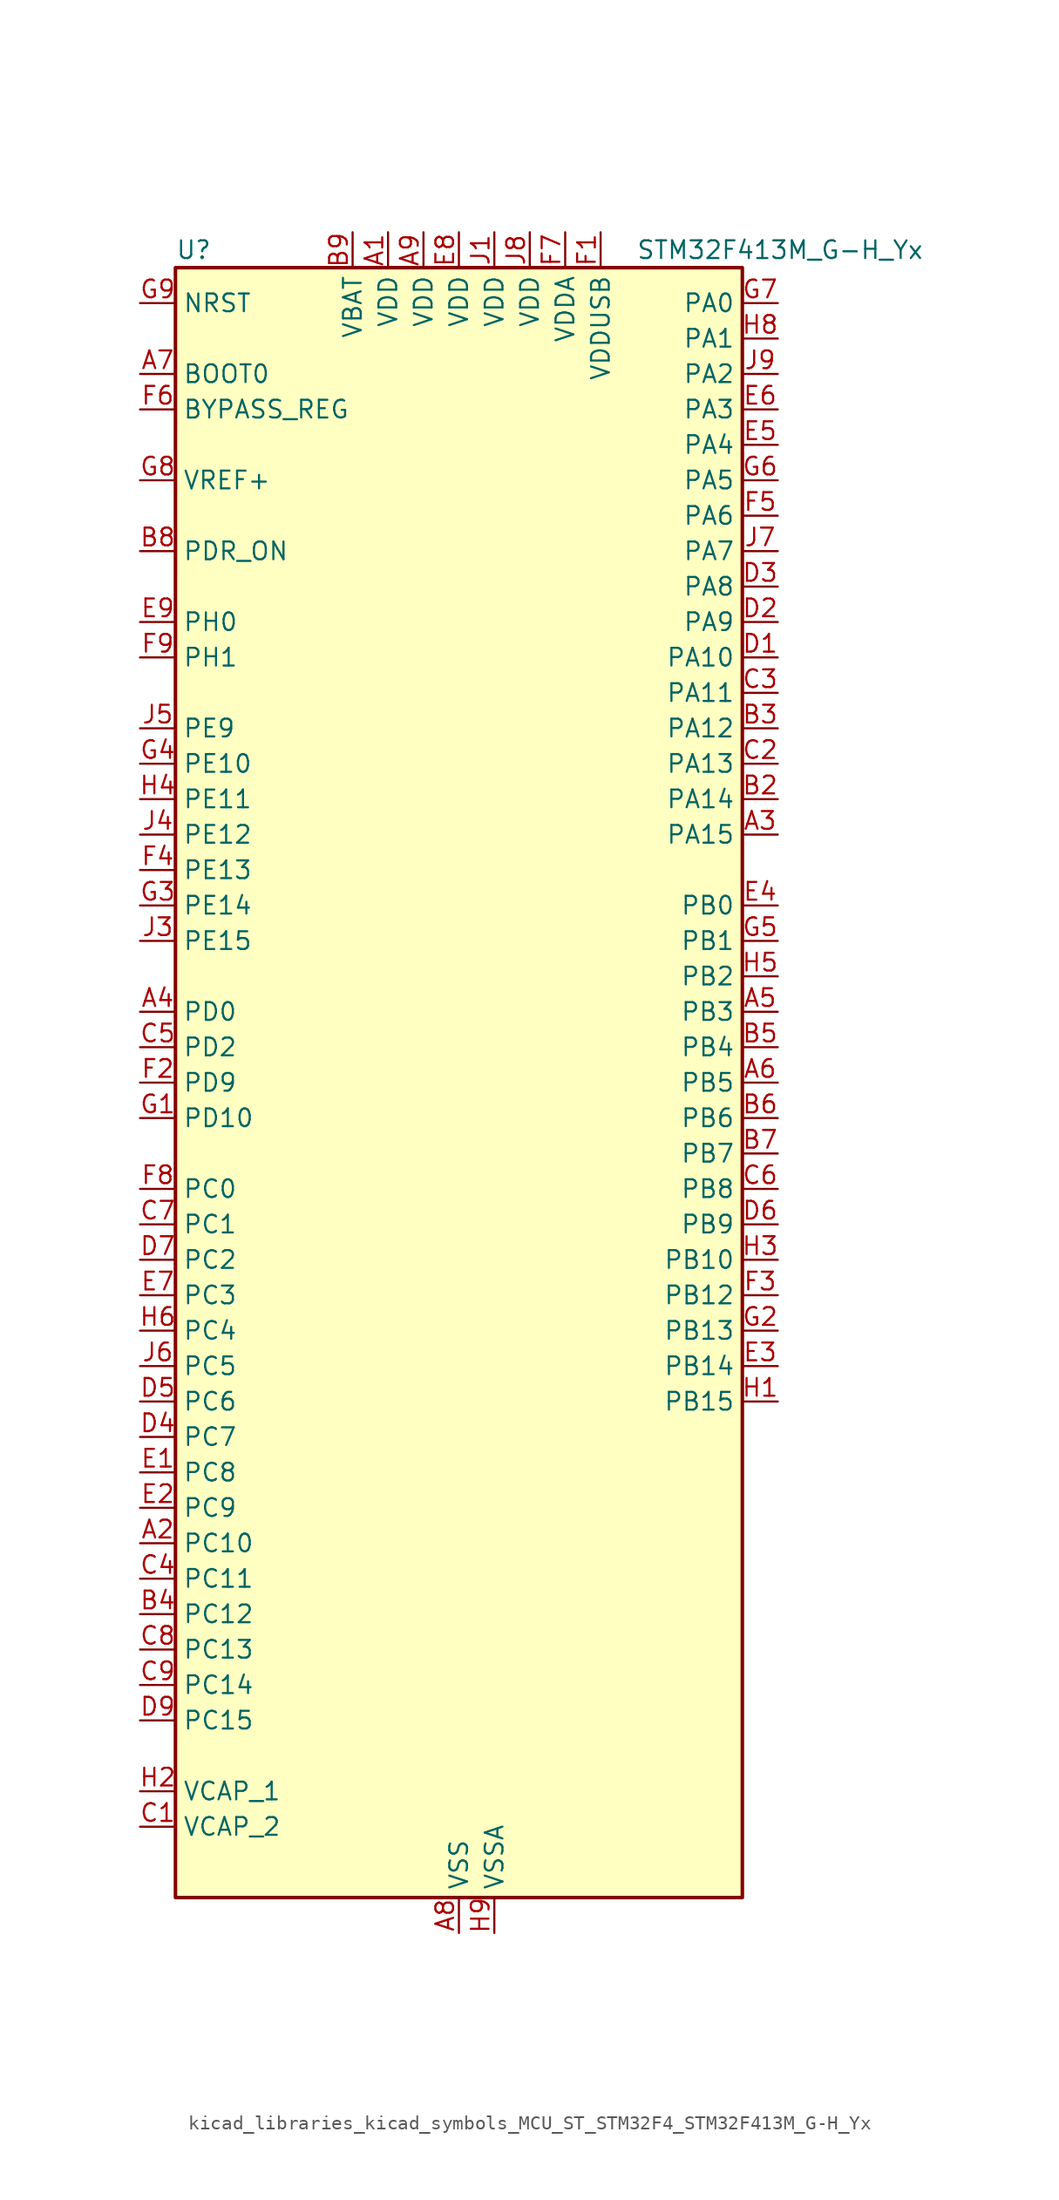
<source format=kicad_sym>
(kicad_symbol_lib
  (version 20220914)
  (generator kicad_symbol_editor)
  (symbol "kicad_libraries_kicad_symbols_MCU_ST_STM32F4_STM32F413M_G-H_Yx"
    (property "Reference" "U"
      (at -20.32 59.69 0)
      (effects (font (size 1.27 1.27)) (justify left)))
    (property "Value" "STM32F413M_G-H_Yx"
      (at 12.7 59.69 0)
      (effects (font (size 1.27 1.27)) (justify left)))
    (property "ki_locked" ""
      (at 0 0 0)
      (effects (font (size 1.27 1.27))))
    (symbol "kicad_libraries_kicad_symbols_MCU_ST_STM32F4_STM32F413M_G-H_Yx_0_1"
      (rectangle (start -20.32 -58.42) (end 20.32 58.42) (stroke (width 0.254) (type default)) (fill (type background))))
    (symbol "kicad_libraries_kicad_symbols_MCU_ST_STM32F4_STM32F413M_G-H_Yx_1_1"
      (pin power_in line (at -5.08 60.96 270) (length 2.54) (name "VDD" (effects (font (size 1.27 1.27)))) (number "A1" (effects (font (size 1.27 1.27)))))
      (pin bidirectional line (at -22.86 -33.02 0) (length 2.54) (name "PC10" (effects (font (size 1.27 1.27)))) (number "A2" (effects (font (size 1.27 1.27)))) (alternate "DFSDM2_CKIN5" bidirectional line) (alternate "I2S3_CK" bidirectional line) (alternate "QUADSPI_BK1_IO1" bidirectional line) (alternate "SDIO_D2" bidirectional line) (alternate "SPI3_SCK" bidirectional line) (alternate "USART3_TX" bidirectional line))
      (pin bidirectional line (at 22.86 17.78 180) (length 2.54) (name "PA15" (effects (font (size 1.27 1.27)))) (number "A3" (effects (font (size 1.27 1.27)))) (alternate "ADC1_EXTI15" bidirectional line) (alternate "CAN3_TX" bidirectional line) (alternate "I2S1_WS" bidirectional line) (alternate "I2S3_WS" bidirectional line) (alternate "SAI1_MCLK_A" bidirectional line) (alternate "SPI1_NSS" bidirectional line) (alternate "SPI3_NSS" bidirectional line) (alternate "SYS_JTDI" bidirectional line) (alternate "TIM2_CH1" bidirectional line) (alternate "TIM2_ETR" bidirectional line) (alternate "UART7_TX" bidirectional line) (alternate "USART1_TX" bidirectional line))
      (pin bidirectional line (at -22.86 5.08 0) (length 2.54) (name "PD0" (effects (font (size 1.27 1.27)))) (number "A4" (effects (font (size 1.27 1.27)))) (alternate "CAN1_RX" bidirectional line) (alternate "DFSDM2_CKIN6" bidirectional line) (alternate "FSMC_D2" bidirectional line) (alternate "FSMC_DA2" bidirectional line) (alternate "UART4_RX" bidirectional line))
      (pin bidirectional line (at 22.86 5.08 180) (length 2.54) (name "PB3" (effects (font (size 1.27 1.27)))) (number "A5" (effects (font (size 1.27 1.27)))) (alternate "CAN3_RX" bidirectional line) (alternate "FMPI2C1_SDA" bidirectional line) (alternate "I2C2_SDA" bidirectional line) (alternate "I2S1_CK" bidirectional line) (alternate "I2S3_CK" bidirectional line) (alternate "SAI1_SD_A" bidirectional line) (alternate "SPI1_SCK" bidirectional line) (alternate "SPI3_SCK" bidirectional line) (alternate "SYS_JTDO-SWO" bidirectional line) (alternate "TIM2_CH2" bidirectional line) (alternate "UART7_RX" bidirectional line) (alternate "USART1_RX" bidirectional line))
      (pin bidirectional line (at 22.86 0 180) (length 2.54) (name "PB5" (effects (font (size 1.27 1.27)))) (number "A6" (effects (font (size 1.27 1.27)))) (alternate "CAN2_RX" bidirectional line) (alternate "I2C1_SMBA" bidirectional line) (alternate "I2S1_SD" bidirectional line) (alternate "I2S3_SD" bidirectional line) (alternate "LPTIM1_IN1" bidirectional line) (alternate "SAI1_FS_A" bidirectional line) (alternate "SDIO_D3" bidirectional line) (alternate "SPI1_MOSI" bidirectional line) (alternate "SPI3_MOSI" bidirectional line) (alternate "TIM3_CH2" bidirectional line) (alternate "UART5_RX" bidirectional line))
      (pin input line (at -22.86 50.8 0) (length 2.54) (name "BOOT0" (effects (font (size 1.27 1.27)))) (number "A7" (effects (font (size 1.27 1.27)))))
      (pin power_in line (at 0 -60.96 90) (length 2.54) (name "VSS" (effects (font (size 1.27 1.27)))) (number "A8" (effects (font (size 1.27 1.27)))))
      (pin power_in line (at -2.54 60.96 270) (length 2.54) (name "VDD" (effects (font (size 1.27 1.27)))) (number "A9" (effects (font (size 1.27 1.27)))))
      (pin passive line (at 0 -60.96 90) (length 2.54) hide (name "VSS" (effects (font (size 1.27 1.27)))) (number "B1" (effects (font (size 1.27 1.27)))))
      (pin bidirectional line (at 22.86 20.32 180) (length 2.54) (name "PA14" (effects (font (size 1.27 1.27)))) (number "B2" (effects (font (size 1.27 1.27)))) (alternate "SYS_JTCK-SWCLK" bidirectional line))
      (pin bidirectional line (at 22.86 25.4 180) (length 2.54) (name "PA12" (effects (font (size 1.27 1.27)))) (number "B3" (effects (font (size 1.27 1.27)))) (alternate "CAN1_TX" bidirectional line) (alternate "DFSDM2_DATIN5" bidirectional line) (alternate "SPI2_MISO" bidirectional line) (alternate "SPI5_MISO" bidirectional line) (alternate "TIM1_ETR" bidirectional line) (alternate "UART4_TX" bidirectional line) (alternate "USART1_RTS" bidirectional line) (alternate "USART6_RX" bidirectional line) (alternate "USB_OTG_FS_DP" bidirectional line))
      (pin bidirectional line (at -22.86 -38.1 0) (length 2.54) (name "PC12" (effects (font (size 1.27 1.27)))) (number "B4" (effects (font (size 1.27 1.27)))) (alternate "FSMC_D3" bidirectional line) (alternate "FSMC_DA3" bidirectional line) (alternate "I2S3_SD" bidirectional line) (alternate "SDIO_CK" bidirectional line) (alternate "SPI3_MOSI" bidirectional line) (alternate "UART5_TX" bidirectional line) (alternate "USART3_CK" bidirectional line))
      (pin bidirectional line (at 22.86 2.54 180) (length 2.54) (name "PB4" (effects (font (size 1.27 1.27)))) (number "B5" (effects (font (size 1.27 1.27)))) (alternate "CAN3_TX" bidirectional line) (alternate "I2C3_SDA" bidirectional line) (alternate "I2S3_ext_SD" bidirectional line) (alternate "SAI1_SCK_A" bidirectional line) (alternate "SDIO_D0" bidirectional line) (alternate "SPI1_MISO" bidirectional line) (alternate "SPI3_MISO" bidirectional line) (alternate "SYS_JTRST" bidirectional line) (alternate "TIM3_CH1" bidirectional line) (alternate "UART7_TX" bidirectional line))
      (pin bidirectional line (at 22.86 -2.54 180) (length 2.54) (name "PB6" (effects (font (size 1.27 1.27)))) (number "B6" (effects (font (size 1.27 1.27)))) (alternate "CAN2_TX" bidirectional line) (alternate "DFSDM2_CKIN7" bidirectional line) (alternate "I2C1_SCL" bidirectional line) (alternate "LPTIM1_ETR" bidirectional line) (alternate "QUADSPI_BK1_NCS" bidirectional line) (alternate "SDIO_D0" bidirectional line) (alternate "TIM4_CH1" bidirectional line) (alternate "UART5_TX" bidirectional line) (alternate "USART1_TX" bidirectional line))
      (pin bidirectional line (at 22.86 -5.08 180) (length 2.54) (name "PB7" (effects (font (size 1.27 1.27)))) (number "B7" (effects (font (size 1.27 1.27)))) (alternate "DFSDM2_DATIN7" bidirectional line) (alternate "FSMC_NL" bidirectional line) (alternate "I2C1_SDA" bidirectional line) (alternate "LPTIM1_IN2" bidirectional line) (alternate "TIM4_CH2" bidirectional line) (alternate "USART1_RX" bidirectional line))
      (pin input line (at -22.86 38.1 0) (length 2.54) (name "PDR_ON" (effects (font (size 1.27 1.27)))) (number "B8" (effects (font (size 1.27 1.27)))))
      (pin power_in line (at -7.62 60.96 270) (length 2.54) (name "VBAT" (effects (font (size 1.27 1.27)))) (number "B9" (effects (font (size 1.27 1.27)))))
      (pin power_out line (at -22.86 -53.34 0) (length 2.54) (name "VCAP_2" (effects (font (size 1.27 1.27)))) (number "C1" (effects (font (size 1.27 1.27)))))
      (pin bidirectional line (at 22.86 22.86 180) (length 2.54) (name "PA13" (effects (font (size 1.27 1.27)))) (number "C2" (effects (font (size 1.27 1.27)))) (alternate "SYS_JTMS-SWDIO" bidirectional line))
      (pin bidirectional line (at 22.86 27.94 180) (length 2.54) (name "PA11" (effects (font (size 1.27 1.27)))) (number "C3" (effects (font (size 1.27 1.27)))) (alternate "ADC1_EXTI11" bidirectional line) (alternate "CAN1_RX" bidirectional line) (alternate "DFSDM2_CKIN5" bidirectional line) (alternate "I2S2_WS" bidirectional line) (alternate "SPI2_NSS" bidirectional line) (alternate "SPI4_MISO" bidirectional line) (alternate "TIM1_CH4" bidirectional line) (alternate "UART4_RX" bidirectional line) (alternate "USART1_CTS" bidirectional line) (alternate "USART6_TX" bidirectional line) (alternate "USB_OTG_FS_DM" bidirectional line))
      (pin bidirectional line (at -22.86 -35.56 0) (length 2.54) (name "PC11" (effects (font (size 1.27 1.27)))) (number "C4" (effects (font (size 1.27 1.27)))) (alternate "ADC1_EXTI11" bidirectional line) (alternate "DFSDM2_DATIN5" bidirectional line) (alternate "FSMC_D2" bidirectional line) (alternate "FSMC_DA2" bidirectional line) (alternate "I2S3_ext_SD" bidirectional line) (alternate "QUADSPI_BK2_NCS" bidirectional line) (alternate "SDIO_D3" bidirectional line) (alternate "SPI3_MISO" bidirectional line) (alternate "UART4_RX" bidirectional line) (alternate "USART3_RX" bidirectional line))
      (pin bidirectional line (at -22.86 2.54 0) (length 2.54) (name "PD2" (effects (font (size 1.27 1.27)))) (number "C5" (effects (font (size 1.27 1.27)))) (alternate "DFSDM2_CKOUT" bidirectional line) (alternate "FSMC_NWE" bidirectional line) (alternate "SDIO_CMD" bidirectional line) (alternate "TIM3_ETR" bidirectional line) (alternate "UART5_RX" bidirectional line))
      (pin bidirectional line (at 22.86 -7.62 180) (length 2.54) (name "PB8" (effects (font (size 1.27 1.27)))) (number "C6" (effects (font (size 1.27 1.27)))) (alternate "CAN1_RX" bidirectional line) (alternate "DFSDM2_CKIN1" bidirectional line) (alternate "I2C1_SCL" bidirectional line) (alternate "I2C3_SDA" bidirectional line) (alternate "I2S5_SD" bidirectional line) (alternate "LPTIM1_OUT" bidirectional line) (alternate "SDIO_D4" bidirectional line) (alternate "SPI5_MOSI" bidirectional line) (alternate "TIM10_CH1" bidirectional line) (alternate "TIM4_CH3" bidirectional line) (alternate "UART5_RX" bidirectional line))
      (pin bidirectional line (at -22.86 -10.16 0) (length 2.54) (name "PC1" (effects (font (size 1.27 1.27)))) (number "C7" (effects (font (size 1.27 1.27)))) (alternate "ADC1_IN11" bidirectional line) (alternate "DFSDM2_DATIN4" bidirectional line) (alternate "LPTIM1_OUT" bidirectional line) (alternate "SAI1_SD_B" bidirectional line) (alternate "SYS_WKUP3" bidirectional line))
      (pin bidirectional line (at -22.86 -40.64 0) (length 2.54) (name "PC13" (effects (font (size 1.27 1.27)))) (number "C8" (effects (font (size 1.27 1.27)))) (alternate "RTC_AF1" bidirectional line))
      (pin bidirectional line (at -22.86 -43.18 0) (length 2.54) (name "PC14" (effects (font (size 1.27 1.27)))) (number "C9" (effects (font (size 1.27 1.27)))) (alternate "RCC_OSC32_IN" bidirectional line))
      (pin bidirectional line (at 22.86 30.48 180) (length 2.54) (name "PA10" (effects (font (size 1.27 1.27)))) (number "D1" (effects (font (size 1.27 1.27)))) (alternate "DFSDM2_DATIN3" bidirectional line) (alternate "I2S2_SD" bidirectional line) (alternate "I2S5_SD" bidirectional line) (alternate "SPI2_MOSI" bidirectional line) (alternate "SPI5_MOSI" bidirectional line) (alternate "TIM1_CH3" bidirectional line) (alternate "USART1_RX" bidirectional line) (alternate "USB_OTG_FS_ID" bidirectional line))
      (pin bidirectional line (at 22.86 33.02 180) (length 2.54) (name "PA9" (effects (font (size 1.27 1.27)))) (number "D2" (effects (font (size 1.27 1.27)))) (alternate "DAC_EXTI9" bidirectional line) (alternate "DFSDM2_CKIN3" bidirectional line) (alternate "I2C3_SMBA" bidirectional line) (alternate "I2S2_CK" bidirectional line) (alternate "SDIO_D2" bidirectional line) (alternate "SPI2_SCK" bidirectional line) (alternate "TIM1_CH2" bidirectional line) (alternate "USART1_TX" bidirectional line) (alternate "USB_OTG_FS_VBUS" bidirectional line))
      (pin bidirectional line (at 22.86 35.56 180) (length 2.54) (name "PA8" (effects (font (size 1.27 1.27)))) (number "D3" (effects (font (size 1.27 1.27)))) (alternate "CAN3_RX" bidirectional line) (alternate "DFSDM1_CKOUT" bidirectional line) (alternate "I2C3_SCL" bidirectional line) (alternate "RCC_MCO_1" bidirectional line) (alternate "SDIO_D1" bidirectional line) (alternate "TIM1_CH1" bidirectional line) (alternate "UART7_RX" bidirectional line) (alternate "USART1_CK" bidirectional line) (alternate "USB_OTG_FS_SOF" bidirectional line))
      (pin bidirectional line (at -22.86 -25.4 0) (length 2.54) (name "PC7" (effects (font (size 1.27 1.27)))) (number "D4" (effects (font (size 1.27 1.27)))) (alternate "DFSDM1_DATIN3" bidirectional line) (alternate "DFSDM2_CKIN6" bidirectional line) (alternate "FMPI2C1_SDA" bidirectional line) (alternate "I2S2_CK" bidirectional line) (alternate "I2S3_MCK" bidirectional line) (alternate "SDIO_D7" bidirectional line) (alternate "SPI2_SCK" bidirectional line) (alternate "TIM3_CH2" bidirectional line) (alternate "TIM8_CH2" bidirectional line) (alternate "USART6_RX" bidirectional line))
      (pin bidirectional line (at -22.86 -22.86 0) (length 2.54) (name "PC6" (effects (font (size 1.27 1.27)))) (number "D5" (effects (font (size 1.27 1.27)))) (alternate "DFSDM1_CKIN3" bidirectional line) (alternate "DFSDM2_DATIN6" bidirectional line) (alternate "FMPI2C1_SCL" bidirectional line) (alternate "FSMC_D1" bidirectional line) (alternate "FSMC_DA1" bidirectional line) (alternate "I2S2_MCK" bidirectional line) (alternate "SDIO_D6" bidirectional line) (alternate "TIM3_CH1" bidirectional line) (alternate "TIM8_CH1" bidirectional line) (alternate "USART6_TX" bidirectional line))
      (pin bidirectional line (at 22.86 -10.16 180) (length 2.54) (name "PB9" (effects (font (size 1.27 1.27)))) (number "D6" (effects (font (size 1.27 1.27)))) (alternate "CAN1_TX" bidirectional line) (alternate "DAC_EXTI9" bidirectional line) (alternate "DFSDM2_DATIN1" bidirectional line) (alternate "I2C1_SDA" bidirectional line) (alternate "I2C2_SDA" bidirectional line) (alternate "I2S2_WS" bidirectional line) (alternate "SDIO_D5" bidirectional line) (alternate "SPI2_NSS" bidirectional line) (alternate "TIM11_CH1" bidirectional line) (alternate "TIM4_CH4" bidirectional line) (alternate "UART5_TX" bidirectional line))
      (pin bidirectional line (at -22.86 -12.7 0) (length 2.54) (name "PC2" (effects (font (size 1.27 1.27)))) (number "D7" (effects (font (size 1.27 1.27)))) (alternate "ADC1_IN12" bidirectional line) (alternate "DFSDM1_CKOUT" bidirectional line) (alternate "DFSDM2_DATIN7" bidirectional line) (alternate "FSMC_NWE" bidirectional line) (alternate "I2S2_ext_SD" bidirectional line) (alternate "LPTIM1_IN2" bidirectional line) (alternate "SAI1_SCK_B" bidirectional line) (alternate "SPI2_MISO" bidirectional line))
      (pin passive line (at 0 -60.96 90) (length 2.54) hide (name "VSS" (effects (font (size 1.27 1.27)))) (number "D8" (effects (font (size 1.27 1.27)))))
      (pin bidirectional line (at -22.86 -45.72 0) (length 2.54) (name "PC15" (effects (font (size 1.27 1.27)))) (number "D9" (effects (font (size 1.27 1.27)))) (alternate "ADC1_EXTI15" bidirectional line) (alternate "RCC_OSC32_OUT" bidirectional line))
      (pin bidirectional line (at -22.86 -27.94 0) (length 2.54) (name "PC8" (effects (font (size 1.27 1.27)))) (number "E1" (effects (font (size 1.27 1.27)))) (alternate "DFSDM2_CKIN3" bidirectional line) (alternate "QUADSPI_BK1_IO2" bidirectional line) (alternate "SDIO_D0" bidirectional line) (alternate "TIM3_CH3" bidirectional line) (alternate "TIM8_CH3" bidirectional line) (alternate "USART6_CK" bidirectional line))
      (pin bidirectional line (at -22.86 -30.48 0) (length 2.54) (name "PC9" (effects (font (size 1.27 1.27)))) (number "E2" (effects (font (size 1.27 1.27)))) (alternate "DAC_EXTI9" bidirectional line) (alternate "DFSDM2_DATIN3" bidirectional line) (alternate "I2C3_SDA" bidirectional line) (alternate "I2S_CKIN" bidirectional line) (alternate "QUADSPI_BK1_IO0" bidirectional line) (alternate "RCC_MCO_2" bidirectional line) (alternate "SDIO_D1" bidirectional line) (alternate "TIM3_CH4" bidirectional line) (alternate "TIM8_CH4" bidirectional line))
      (pin bidirectional line (at 22.86 -20.32 180) (length 2.54) (name "PB14" (effects (font (size 1.27 1.27)))) (number "E3" (effects (font (size 1.27 1.27)))) (alternate "DFSDM1_DATIN2" bidirectional line) (alternate "FMPI2C1_SDA" bidirectional line) (alternate "FSMC_D0" bidirectional line) (alternate "FSMC_DA0" bidirectional line) (alternate "I2S2_ext_SD" bidirectional line) (alternate "SDIO_D6" bidirectional line) (alternate "SPI2_MISO" bidirectional line) (alternate "TIM12_CH1" bidirectional line) (alternate "TIM1_CH2N" bidirectional line) (alternate "TIM8_CH2N" bidirectional line) (alternate "USART3_RTS" bidirectional line))
      (pin bidirectional line (at 22.86 12.7 180) (length 2.54) (name "PB0" (effects (font (size 1.27 1.27)))) (number "E4" (effects (font (size 1.27 1.27)))) (alternate "ADC1_IN8" bidirectional line) (alternate "I2S5_CK" bidirectional line) (alternate "SPI5_SCK" bidirectional line) (alternate "TIM1_CH2N" bidirectional line) (alternate "TIM3_CH3" bidirectional line) (alternate "TIM8_CH2N" bidirectional line))
      (pin bidirectional line (at 22.86 45.72 180) (length 2.54) (name "PA4" (effects (font (size 1.27 1.27)))) (number "E5" (effects (font (size 1.27 1.27)))) (alternate "ADC1_IN4" bidirectional line) (alternate "DAC_OUT1" bidirectional line) (alternate "DFSDM1_DATIN1" bidirectional line) (alternate "FSMC_D6" bidirectional line) (alternate "FSMC_DA6" bidirectional line) (alternate "I2S1_WS" bidirectional line) (alternate "I2S3_WS" bidirectional line) (alternate "SPI1_NSS" bidirectional line) (alternate "SPI3_NSS" bidirectional line) (alternate "USART2_CK" bidirectional line))
      (pin bidirectional line (at 22.86 48.26 180) (length 2.54) (name "PA3" (effects (font (size 1.27 1.27)))) (number "E6" (effects (font (size 1.27 1.27)))) (alternate "ADC1_IN3" bidirectional line) (alternate "FSMC_D5" bidirectional line) (alternate "FSMC_DA5" bidirectional line) (alternate "I2S2_MCK" bidirectional line) (alternate "SAI1_SD_B" bidirectional line) (alternate "TIM2_CH4" bidirectional line) (alternate "TIM5_CH4" bidirectional line) (alternate "TIM9_CH2" bidirectional line) (alternate "USART2_RX" bidirectional line))
      (pin bidirectional line (at -22.86 -15.24 0) (length 2.54) (name "PC3" (effects (font (size 1.27 1.27)))) (number "E7" (effects (font (size 1.27 1.27)))) (alternate "ADC1_IN13" bidirectional line) (alternate "DFSDM2_CKIN7" bidirectional line) (alternate "FSMC_A0" bidirectional line) (alternate "I2S2_SD" bidirectional line) (alternate "LPTIM1_ETR" bidirectional line) (alternate "SAI1_FS_B" bidirectional line) (alternate "SPI2_MOSI" bidirectional line))
      (pin power_in line (at 0 60.96 270) (length 2.54) (name "VDD" (effects (font (size 1.27 1.27)))) (number "E8" (effects (font (size 1.27 1.27)))))
      (pin bidirectional line (at -22.86 33.02 0) (length 2.54) (name "PH0" (effects (font (size 1.27 1.27)))) (number "E9" (effects (font (size 1.27 1.27)))) (alternate "RCC_OSC_IN" bidirectional line))
      (pin power_in line (at 10.16 60.96 270) (length 2.54) (name "VDDUSB" (effects (font (size 1.27 1.27)))) (number "F1" (effects (font (size 1.27 1.27)))))
      (pin bidirectional line (at -22.86 0 0) (length 2.54) (name "PD9" (effects (font (size 1.27 1.27)))) (number "F2" (effects (font (size 1.27 1.27)))) (alternate "DAC_EXTI9" bidirectional line) (alternate "FSMC_D14" bidirectional line) (alternate "FSMC_DA14" bidirectional line) (alternate "USART3_RX" bidirectional line))
      (pin bidirectional line (at 22.86 -15.24 180) (length 2.54) (name "PB12" (effects (font (size 1.27 1.27)))) (number "F3" (effects (font (size 1.27 1.27)))) (alternate "CAN2_RX" bidirectional line) (alternate "DFSDM1_DATIN1" bidirectional line) (alternate "FSMC_D13" bidirectional line) (alternate "FSMC_DA13" bidirectional line) (alternate "I2C2_SMBA" bidirectional line) (alternate "I2S2_WS" bidirectional line) (alternate "I2S3_CK" bidirectional line) (alternate "I2S4_WS" bidirectional line) (alternate "SPI2_NSS" bidirectional line) (alternate "SPI3_SCK" bidirectional line) (alternate "SPI4_NSS" bidirectional line) (alternate "TIM1_BKIN" bidirectional line) (alternate "UART5_RX" bidirectional line) (alternate "USART3_CK" bidirectional line))
      (pin bidirectional line (at -22.86 15.24 0) (length 2.54) (name "PE13" (effects (font (size 1.27 1.27)))) (number "F4" (effects (font (size 1.27 1.27)))) (alternate "DFSDM2_CKIN7" bidirectional line) (alternate "FSMC_D10" bidirectional line) (alternate "FSMC_DA10" bidirectional line) (alternate "SPI4_MISO" bidirectional line) (alternate "SPI5_MISO" bidirectional line) (alternate "TIM1_CH3" bidirectional line))
      (pin bidirectional line (at 22.86 40.64 180) (length 2.54) (name "PA6" (effects (font (size 1.27 1.27)))) (number "F5" (effects (font (size 1.27 1.27)))) (alternate "ADC1_IN6" bidirectional line) (alternate "DFSDM2_CKIN1" bidirectional line) (alternate "I2S2_MCK" bidirectional line) (alternate "QUADSPI_BK2_IO0" bidirectional line) (alternate "SDIO_CMD" bidirectional line) (alternate "SPI1_MISO" bidirectional line) (alternate "TIM13_CH1" bidirectional line) (alternate "TIM1_BKIN" bidirectional line) (alternate "TIM3_CH1" bidirectional line) (alternate "TIM8_BKIN" bidirectional line))
      (pin input line (at -22.86 48.26 0) (length 2.54) (name "BYPASS_REG" (effects (font (size 1.27 1.27)))) (number "F6" (effects (font (size 1.27 1.27)))))
      (pin power_in line (at 7.62 60.96 270) (length 2.54) (name "VDDA" (effects (font (size 1.27 1.27)))) (number "F7" (effects (font (size 1.27 1.27)))))
      (pin bidirectional line (at -22.86 -7.62 0) (length 2.54) (name "PC0" (effects (font (size 1.27 1.27)))) (number "F8" (effects (font (size 1.27 1.27)))) (alternate "ADC1_IN10" bidirectional line) (alternate "DFSDM2_CKIN4" bidirectional line) (alternate "LPTIM1_IN1" bidirectional line) (alternate "SAI1_MCLK_B" bidirectional line) (alternate "SYS_WKUP2" bidirectional line))
      (pin bidirectional line (at -22.86 30.48 0) (length 2.54) (name "PH1" (effects (font (size 1.27 1.27)))) (number "F9" (effects (font (size 1.27 1.27)))) (alternate "RCC_OSC_OUT" bidirectional line))
      (pin bidirectional line (at -22.86 -2.54 0) (length 2.54) (name "PD10" (effects (font (size 1.27 1.27)))) (number "G1" (effects (font (size 1.27 1.27)))) (alternate "FSMC_D15" bidirectional line) (alternate "FSMC_DA15" bidirectional line) (alternate "UART4_TX" bidirectional line) (alternate "USART3_CK" bidirectional line))
      (pin bidirectional line (at 22.86 -17.78 180) (length 2.54) (name "PB13" (effects (font (size 1.27 1.27)))) (number "G2" (effects (font (size 1.27 1.27)))) (alternate "CAN2_TX" bidirectional line) (alternate "DFSDM1_CKIN1" bidirectional line) (alternate "FMPI2C1_SMBA" bidirectional line) (alternate "I2S2_CK" bidirectional line) (alternate "I2S4_CK" bidirectional line) (alternate "SPI2_SCK" bidirectional line) (alternate "SPI4_SCK" bidirectional line) (alternate "TIM1_CH1N" bidirectional line) (alternate "UART5_TX" bidirectional line) (alternate "USART3_CTS" bidirectional line))
      (pin bidirectional line (at -22.86 12.7 0) (length 2.54) (name "PE14" (effects (font (size 1.27 1.27)))) (number "G3" (effects (font (size 1.27 1.27)))) (alternate "DFSDM2_DATIN1" bidirectional line) (alternate "FSMC_D11" bidirectional line) (alternate "FSMC_DA11" bidirectional line) (alternate "I2S4_SD" bidirectional line) (alternate "I2S5_SD" bidirectional line) (alternate "SPI4_MOSI" bidirectional line) (alternate "SPI5_MOSI" bidirectional line) (alternate "TIM1_CH4" bidirectional line))
      (pin bidirectional line (at -22.86 22.86 0) (length 2.54) (name "PE10" (effects (font (size 1.27 1.27)))) (number "G4" (effects (font (size 1.27 1.27)))) (alternate "DFSDM2_DATIN0" bidirectional line) (alternate "FSMC_D7" bidirectional line) (alternate "FSMC_DA7" bidirectional line) (alternate "QUADSPI_BK2_IO3" bidirectional line) (alternate "TIM1_CH2N" bidirectional line))
      (pin bidirectional line (at 22.86 10.16 180) (length 2.54) (name "PB1" (effects (font (size 1.27 1.27)))) (number "G5" (effects (font (size 1.27 1.27)))) (alternate "ADC1_IN9" bidirectional line) (alternate "DFSDM1_DATIN0" bidirectional line) (alternate "I2S5_WS" bidirectional line) (alternate "QUADSPI_CLK" bidirectional line) (alternate "SPI5_NSS" bidirectional line) (alternate "TIM1_CH3N" bidirectional line) (alternate "TIM3_CH4" bidirectional line) (alternate "TIM8_CH3N" bidirectional line))
      (pin bidirectional line (at 22.86 43.18 180) (length 2.54) (name "PA5" (effects (font (size 1.27 1.27)))) (number "G6" (effects (font (size 1.27 1.27)))) (alternate "ADC1_IN5" bidirectional line) (alternate "DAC_OUT2" bidirectional line) (alternate "DFSDM1_CKIN1" bidirectional line) (alternate "FSMC_D7" bidirectional line) (alternate "FSMC_DA7" bidirectional line) (alternate "I2S1_CK" bidirectional line) (alternate "SPI1_SCK" bidirectional line) (alternate "TIM2_CH1" bidirectional line) (alternate "TIM2_ETR" bidirectional line) (alternate "TIM8_CH1N" bidirectional line))
      (pin bidirectional line (at 22.86 55.88 180) (length 2.54) (name "PA0" (effects (font (size 1.27 1.27)))) (number "G7" (effects (font (size 1.27 1.27)))) (alternate "ADC1_IN0" bidirectional line) (alternate "SYS_WKUP1" bidirectional line) (alternate "TIM2_CH1" bidirectional line) (alternate "TIM2_ETR" bidirectional line) (alternate "TIM5_CH1" bidirectional line) (alternate "TIM8_ETR" bidirectional line) (alternate "UART4_TX" bidirectional line) (alternate "USART2_CTS" bidirectional line))
      (pin input line (at -22.86 43.18 0) (length 2.54) (name "VREF+" (effects (font (size 1.27 1.27)))) (number "G8" (effects (font (size 1.27 1.27)))))
      (pin input line (at -22.86 55.88 0) (length 2.54) (name "NRST" (effects (font (size 1.27 1.27)))) (number "G9" (effects (font (size 1.27 1.27)))))
      (pin bidirectional line (at 22.86 -22.86 180) (length 2.54) (name "PB15" (effects (font (size 1.27 1.27)))) (number "H1" (effects (font (size 1.27 1.27)))) (alternate "ADC1_EXTI15" bidirectional line) (alternate "DFSDM1_CKIN2" bidirectional line) (alternate "FMPI2C1_SCL" bidirectional line) (alternate "I2S2_SD" bidirectional line) (alternate "RTC_REFIN" bidirectional line) (alternate "SDIO_CK" bidirectional line) (alternate "SPI2_MOSI" bidirectional line) (alternate "TIM12_CH2" bidirectional line) (alternate "TIM1_CH3N" bidirectional line) (alternate "TIM8_CH3N" bidirectional line))
      (pin power_out line (at -22.86 -50.8 0) (length 2.54) (name "VCAP_1" (effects (font (size 1.27 1.27)))) (number "H2" (effects (font (size 1.27 1.27)))))
      (pin bidirectional line (at 22.86 -12.7 180) (length 2.54) (name "PB10" (effects (font (size 1.27 1.27)))) (number "H3" (effects (font (size 1.27 1.27)))) (alternate "DFSDM2_CKOUT" bidirectional line) (alternate "FMPI2C1_SCL" bidirectional line) (alternate "I2C2_SCL" bidirectional line) (alternate "I2S2_CK" bidirectional line) (alternate "I2S3_MCK" bidirectional line) (alternate "SDIO_D7" bidirectional line) (alternate "SPI2_SCK" bidirectional line) (alternate "TIM2_CH3" bidirectional line) (alternate "USART3_TX" bidirectional line))
      (pin bidirectional line (at -22.86 20.32 0) (length 2.54) (name "PE11" (effects (font (size 1.27 1.27)))) (number "H4" (effects (font (size 1.27 1.27)))) (alternate "ADC1_EXTI11" bidirectional line) (alternate "DFSDM2_CKIN0" bidirectional line) (alternate "FSMC_D8" bidirectional line) (alternate "FSMC_DA8" bidirectional line) (alternate "I2S4_WS" bidirectional line) (alternate "I2S5_WS" bidirectional line) (alternate "SPI4_NSS" bidirectional line) (alternate "SPI5_NSS" bidirectional line) (alternate "TIM1_CH2" bidirectional line))
      (pin bidirectional line (at 22.86 7.62 180) (length 2.54) (name "PB2" (effects (font (size 1.27 1.27)))) (number "H5" (effects (font (size 1.27 1.27)))) (alternate "DFSDM1_CKIN0" bidirectional line) (alternate "LPTIM1_OUT" bidirectional line) (alternate "QUADSPI_CLK" bidirectional line))
      (pin bidirectional line (at -22.86 -17.78 0) (length 2.54) (name "PC4" (effects (font (size 1.27 1.27)))) (number "H6" (effects (font (size 1.27 1.27)))) (alternate "ADC1_IN14" bidirectional line) (alternate "DFSDM2_CKIN2" bidirectional line) (alternate "FSMC_NE4" bidirectional line) (alternate "I2S1_MCK" bidirectional line) (alternate "QUADSPI_BK2_IO2" bidirectional line))
      (pin passive line (at 0 -60.96 90) (length 2.54) hide (name "VSS" (effects (font (size 1.27 1.27)))) (number "H7" (effects (font (size 1.27 1.27)))))
      (pin bidirectional line (at 22.86 53.34 180) (length 2.54) (name "PA1" (effects (font (size 1.27 1.27)))) (number "H8" (effects (font (size 1.27 1.27)))) (alternate "ADC1_IN1" bidirectional line) (alternate "I2S4_SD" bidirectional line) (alternate "QUADSPI_BK1_IO3" bidirectional line) (alternate "SPI4_MOSI" bidirectional line) (alternate "TIM2_CH2" bidirectional line) (alternate "TIM5_CH2" bidirectional line) (alternate "UART4_RX" bidirectional line) (alternate "USART2_RTS" bidirectional line))
      (pin power_in line (at 2.54 -60.96 90) (length 2.54) (name "VSSA" (effects (font (size 1.27 1.27)))) (number "H9" (effects (font (size 1.27 1.27)))))
      (pin power_in line (at 2.54 60.96 270) (length 2.54) (name "VDD" (effects (font (size 1.27 1.27)))) (number "J1" (effects (font (size 1.27 1.27)))))
      (pin passive line (at 0 -60.96 90) (length 2.54) hide (name "VSS" (effects (font (size 1.27 1.27)))) (number "J2" (effects (font (size 1.27 1.27)))))
      (pin bidirectional line (at -22.86 10.16 0) (length 2.54) (name "PE15" (effects (font (size 1.27 1.27)))) (number "J3" (effects (font (size 1.27 1.27)))) (alternate "ADC1_EXTI15" bidirectional line) (alternate "DFSDM2_CKIN1" bidirectional line) (alternate "FSMC_D12" bidirectional line) (alternate "FSMC_DA12" bidirectional line) (alternate "TIM1_BKIN" bidirectional line))
      (pin bidirectional line (at -22.86 17.78 0) (length 2.54) (name "PE12" (effects (font (size 1.27 1.27)))) (number "J4" (effects (font (size 1.27 1.27)))) (alternate "DFSDM2_DATIN7" bidirectional line) (alternate "FSMC_D9" bidirectional line) (alternate "FSMC_DA9" bidirectional line) (alternate "I2S4_CK" bidirectional line) (alternate "I2S5_CK" bidirectional line) (alternate "SPI4_SCK" bidirectional line) (alternate "SPI5_SCK" bidirectional line) (alternate "TIM1_CH3N" bidirectional line))
      (pin bidirectional line (at -22.86 25.4 0) (length 2.54) (name "PE9" (effects (font (size 1.27 1.27)))) (number "J5" (effects (font (size 1.27 1.27)))) (alternate "DAC_EXTI9" bidirectional line) (alternate "DFSDM1_CKOUT" bidirectional line) (alternate "FSMC_D6" bidirectional line) (alternate "FSMC_DA6" bidirectional line) (alternate "QUADSPI_BK2_IO2" bidirectional line) (alternate "TIM1_CH1" bidirectional line))
      (pin bidirectional line (at -22.86 -20.32 0) (length 2.54) (name "PC5" (effects (font (size 1.27 1.27)))) (number "J6" (effects (font (size 1.27 1.27)))) (alternate "ADC1_IN15" bidirectional line) (alternate "DFSDM2_DATIN2" bidirectional line) (alternate "FMPI2C1_SMBA" bidirectional line) (alternate "FSMC_NOE" bidirectional line) (alternate "QUADSPI_BK2_IO3" bidirectional line) (alternate "USART3_RX" bidirectional line))
      (pin bidirectional line (at 22.86 38.1 180) (length 2.54) (name "PA7" (effects (font (size 1.27 1.27)))) (number "J7" (effects (font (size 1.27 1.27)))) (alternate "ADC1_IN7" bidirectional line) (alternate "DFSDM2_DATIN1" bidirectional line) (alternate "I2S1_SD" bidirectional line) (alternate "QUADSPI_BK2_IO1" bidirectional line) (alternate "SPI1_MOSI" bidirectional line) (alternate "TIM14_CH1" bidirectional line) (alternate "TIM1_CH1N" bidirectional line) (alternate "TIM3_CH2" bidirectional line) (alternate "TIM8_CH1N" bidirectional line))
      (pin power_in line (at 5.08 60.96 270) (length 2.54) (name "VDD" (effects (font (size 1.27 1.27)))) (number "J8" (effects (font (size 1.27 1.27)))))
      (pin bidirectional line (at 22.86 50.8 180) (length 2.54) (name "PA2" (effects (font (size 1.27 1.27)))) (number "J9" (effects (font (size 1.27 1.27)))) (alternate "ADC1_IN2" bidirectional line) (alternate "FSMC_D4" bidirectional line) (alternate "FSMC_DA4" bidirectional line) (alternate "I2S_CKIN" bidirectional line) (alternate "TIM2_CH3" bidirectional line) (alternate "TIM5_CH3" bidirectional line) (alternate "TIM9_CH1" bidirectional line) (alternate "USART2_TX" bidirectional line)))))
</source>
